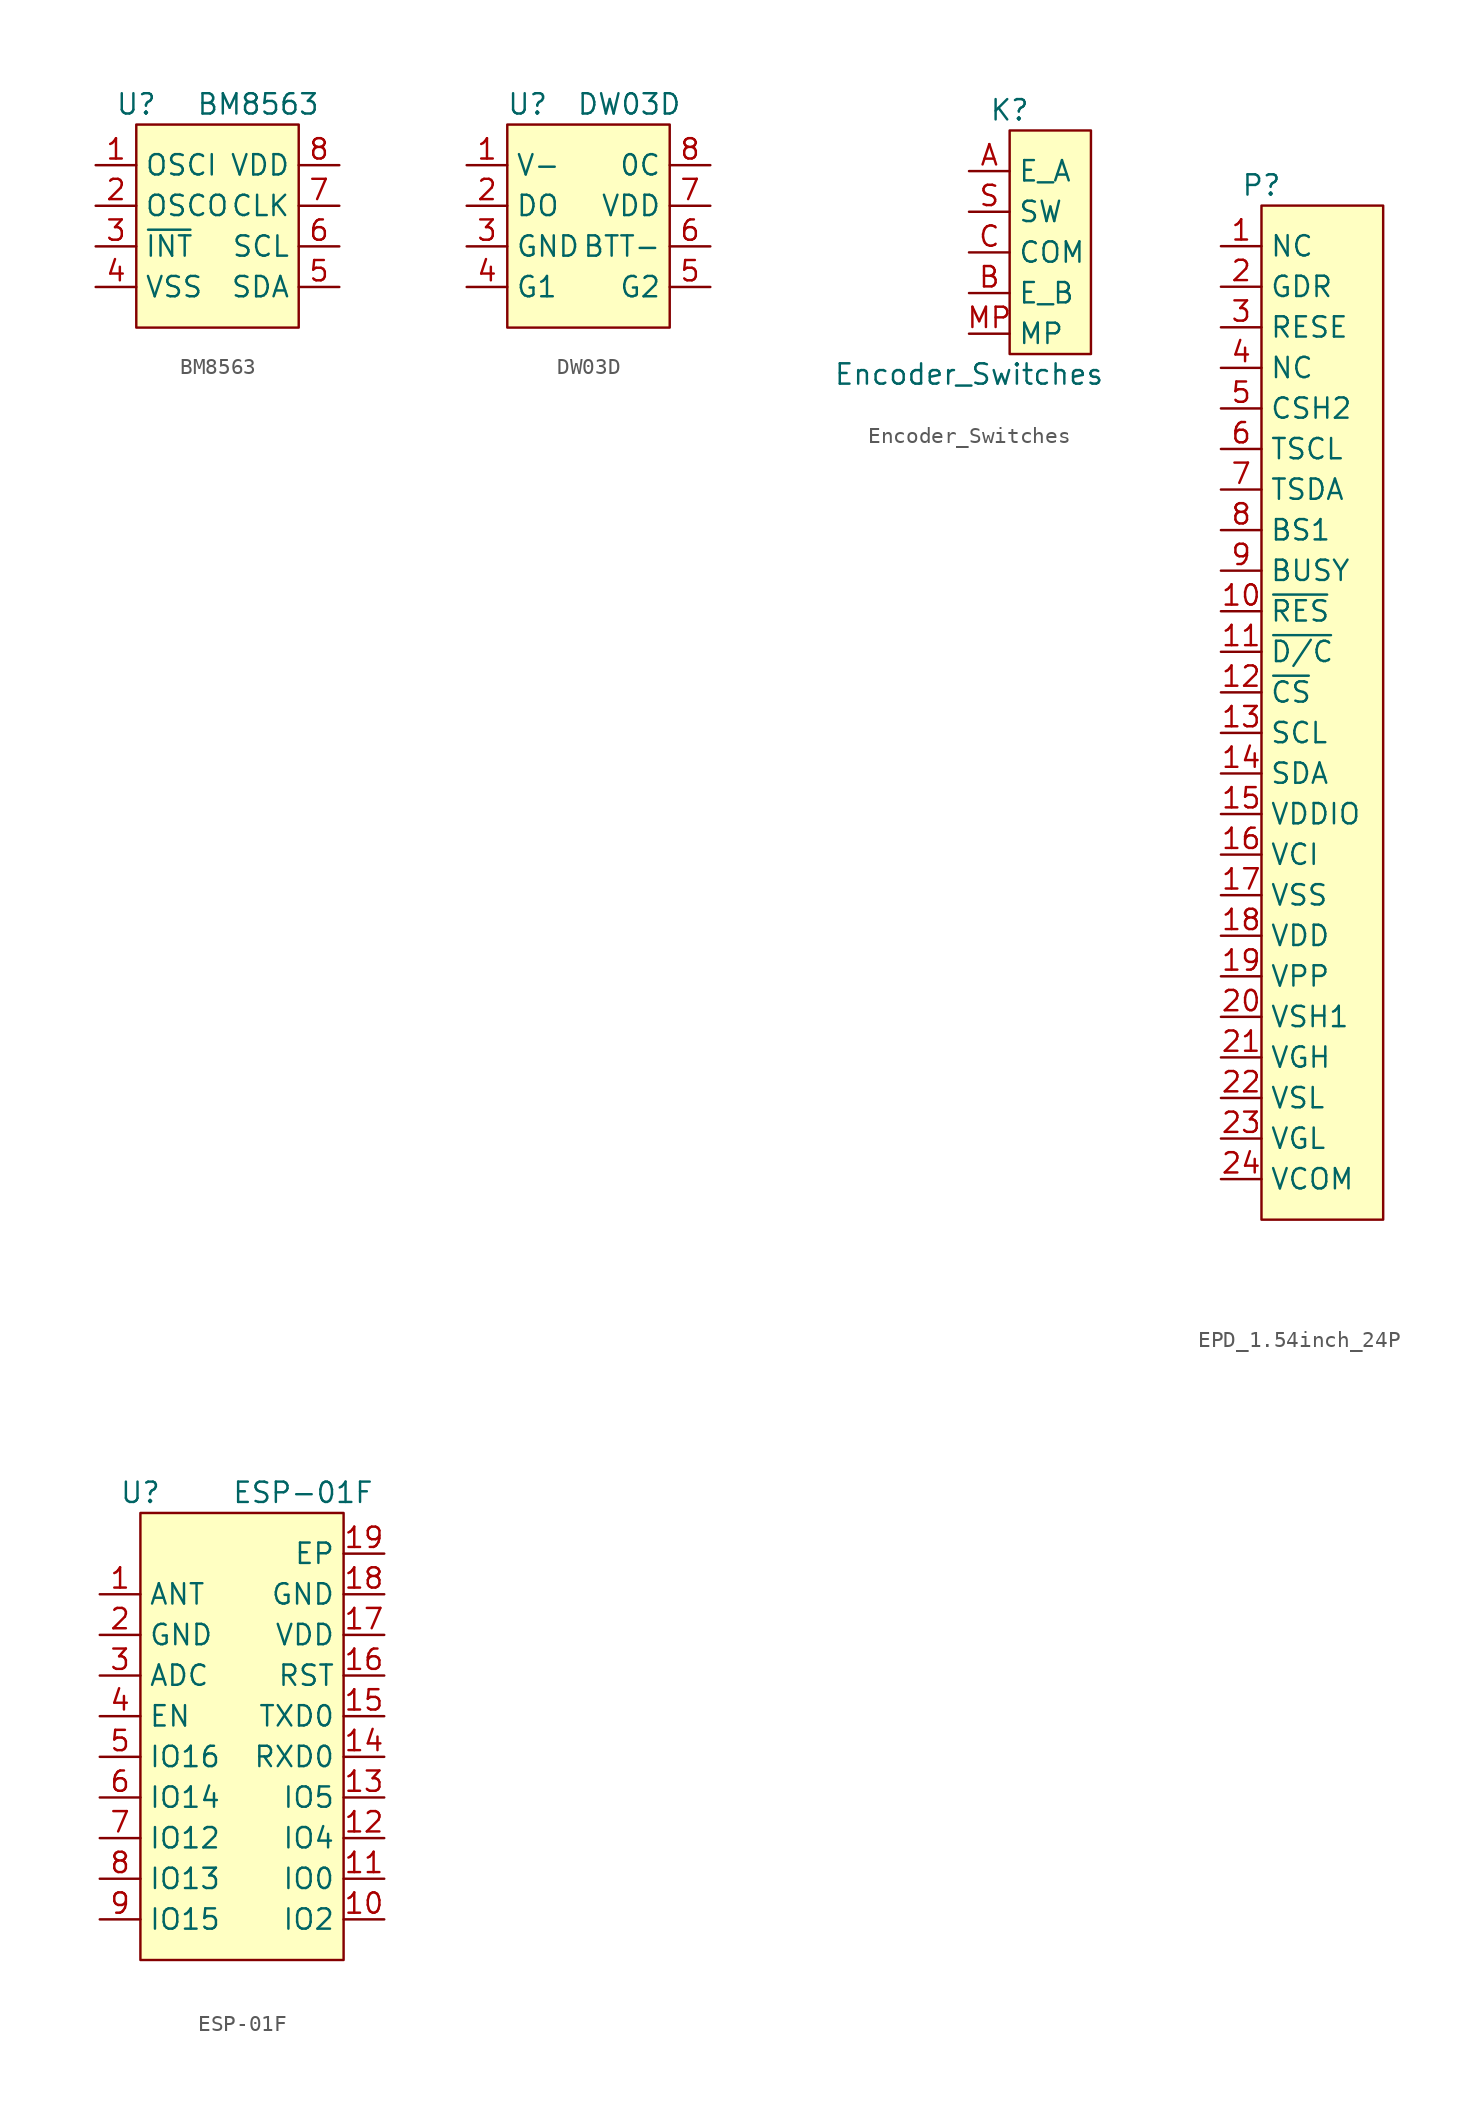
<source format=kicad_sym>
(kicad_symbol_lib
  (version 20220914)
  (generator kicad_symbol_editor)
  (symbol "BM8563"
    (property "Reference" "U"
      (at 0 1.27 0)
      (effects (font (size 1.27 1.27))))
    (property "Value" "BM8563"
      (at 7.62 1.27 0)
      (effects (font (size 1.27 1.27))))
    (symbol "BM8563_0_1"
      (rectangle (start 0 0) (end 10.16 -12.7) (stroke (width 0) (type default)) (fill (type background))))
    (symbol "BM8563_1_1"
      (pin passive line (at -2.54 -2.54 0) (length 2.54) (name "OSCI" (effects (font (size 1.27 1.27)))) (number "1" (effects (font (size 1.27 1.27)))))
      (pin passive line (at -2.54 -5.08 0) (length 2.54) (name "OSCO" (effects (font (size 1.27 1.27)))) (number "2" (effects (font (size 1.27 1.27)))))
      (pin output line (at -2.54 -7.62 0) (length 2.54) (name "~{INT}" (effects (font (size 1.27 1.27)))) (number "3" (effects (font (size 1.27 1.27)))))
      (pin power_in line (at -2.54 -10.16 0) (length 2.54) (name "VSS" (effects (font (size 1.27 1.27)))) (number "4" (effects (font (size 1.27 1.27)))))
      (pin input line (at 12.7 -10.16 180) (length 2.54) (name "SDA" (effects (font (size 1.27 1.27)))) (number "5" (effects (font (size 1.27 1.27)))))
      (pin input line (at 12.7 -7.62 180) (length 2.54) (name "SCL" (effects (font (size 1.27 1.27)))) (number "6" (effects (font (size 1.27 1.27)))))
      (pin output line (at 12.7 -5.08 180) (length 2.54) (name "CLK" (effects (font (size 1.27 1.27)))) (number "7" (effects (font (size 1.27 1.27)))))
      (pin power_in line (at 12.7 -2.54 180) (length 2.54) (name "VDD" (effects (font (size 1.27 1.27)))) (number "8" (effects (font (size 1.27 1.27)))))))
  (symbol "DW03D"
    (property "Reference" "U"
      (at 1.27 1.27 0)
      (effects (font (size 1.27 1.27))))
    (property "Value" "DW03D"
      (at 7.62 1.27 0)
      (effects (font (size 1.27 1.27))))
    (symbol "DW03D_0_1"
      (rectangle (start 0 0) (end 10.16 -12.7) (stroke (width 0) (type default)) (fill (type background))))
    (symbol "DW03D_1_1"
      (pin input line (at -2.54 -2.54 0) (length 2.54) (name "V-" (effects (font (size 1.27 1.27)))) (number "1" (effects (font (size 1.27 1.27)))))
      (pin bidirectional line (at -2.54 -5.08 0) (length 2.54) (name "DO" (effects (font (size 1.27 1.27)))) (number "2" (effects (font (size 1.27 1.27)))))
      (pin power_in line (at -2.54 -7.62 0) (length 2.54) (name "GND" (effects (font (size 1.27 1.27)))) (number "3" (effects (font (size 1.27 1.27)))))
      (pin input line (at -2.54 -10.16 0) (length 2.54) (name "G1" (effects (font (size 1.27 1.27)))) (number "4" (effects (font (size 1.27 1.27)))))
      (pin input line (at 12.7 -10.16 180) (length 2.54) (name "G2" (effects (font (size 1.27 1.27)))) (number "5" (effects (font (size 1.27 1.27)))))
      (pin bidirectional line (at 12.7 -7.62 180) (length 2.54) (name "BTT-" (effects (font (size 1.27 1.27)))) (number "6" (effects (font (size 1.27 1.27)))))
      (pin power_in line (at 12.7 -5.08 180) (length 2.54) (name "VDD" (effects (font (size 1.27 1.27)))) (number "7" (effects (font (size 1.27 1.27)))))
      (pin bidirectional line (at 12.7 -2.54 180) (length 2.54) (name "0C" (effects (font (size 1.27 1.27)))) (number "8" (effects (font (size 1.27 1.27)))))))
  (symbol "Encoder_Switches"
    (property "Reference" "K"
      (at 0 1.27 0)
      (effects (font (size 1.27 1.27))))
    (property "Value" "Encoder_Switches"
      (at -2.54 -15.24 0)
      (effects (font (size 1.27 1.27))))
    (symbol "Encoder_Switches_0_1"
      (rectangle (start 0 0) (end 5.08 -13.97) (stroke (width 0) (type default)) (fill (type background))))
    (symbol "Encoder_Switches_1_1"
      (pin output line (at -2.54 -2.54 0) (length 2.54) (name "E_A" (effects (font (size 1.27 1.27)))) (number "A" (effects (font (size 1.27 1.27)))))
      (pin output line (at -2.54 -10.16 0) (length 2.54) (name "E_B" (effects (font (size 1.27 1.27)))) (number "B" (effects (font (size 1.27 1.27)))))
      (pin power_in line (at -2.54 -7.62 0) (length 2.54) (name "COM" (effects (font (size 1.27 1.27)))) (number "C" (effects (font (size 1.27 1.27)))))
      (pin power_in line (at -2.54 -12.7 0) (length 2.54) (name "MP" (effects (font (size 1.27 1.27)))) (number "MP" (effects (font (size 1.27 1.27)))))
      (pin output line (at -2.54 -5.08 0) (length 2.54) (name "SW" (effects (font (size 1.27 1.27)))) (number "S" (effects (font (size 1.27 1.27)))))))
  (symbol "EPD_1.54inch_24P"
    (property "Reference" "P"
      (at 0 1.27 0)
      (effects (font (size 1.27 1.27))))
    (property "Value" ""
      (at 0 1.27 0)
      (effects (font (size 1.27 1.27))))
    (symbol "EPD_1.54inch_24P_0_1"
      (rectangle (start 0 0) (end 7.62 -63.5) (stroke (width 0) (type default)) (fill (type background))))
    (symbol "EPD_1.54inch_24P_1_1"
      (pin bidirectional line (at -2.54 -2.54 0) (length 2.54) (name "NC" (effects (font (size 1.27 1.27)))) (number "1" (effects (font (size 1.27 1.27)))))
      (pin bidirectional line (at -2.54 -25.4 0) (length 2.54) (name "~{RES}" (effects (font (size 1.27 1.27)))) (number "10" (effects (font (size 1.27 1.27)))))
      (pin bidirectional line (at -2.54 -27.94 0) (length 2.54) (name "~{D/C}" (effects (font (size 1.27 1.27)))) (number "11" (effects (font (size 1.27 1.27)))))
      (pin bidirectional line (at -2.54 -30.48 0) (length 2.54) (name "~{CS}" (effects (font (size 1.27 1.27)))) (number "12" (effects (font (size 1.27 1.27)))))
      (pin bidirectional line (at -2.54 -33.02 0) (length 2.54) (name "SCL" (effects (font (size 1.27 1.27)))) (number "13" (effects (font (size 1.27 1.27)))))
      (pin bidirectional line (at -2.54 -35.56 0) (length 2.54) (name "SDA" (effects (font (size 1.27 1.27)))) (number "14" (effects (font (size 1.27 1.27)))))
      (pin bidirectional line (at -2.54 -38.1 0) (length 2.54) (name "VDDIO" (effects (font (size 1.27 1.27)))) (number "15" (effects (font (size 1.27 1.27)))))
      (pin bidirectional line (at -2.54 -40.64 0) (length 2.54) (name "VCI" (effects (font (size 1.27 1.27)))) (number "16" (effects (font (size 1.27 1.27)))))
      (pin bidirectional line (at -2.54 -43.18 0) (length 2.54) (name "VSS" (effects (font (size 1.27 1.27)))) (number "17" (effects (font (size 1.27 1.27)))))
      (pin bidirectional line (at -2.54 -45.72 0) (length 2.54) (name "VDD" (effects (font (size 1.27 1.27)))) (number "18" (effects (font (size 1.27 1.27)))))
      (pin bidirectional line (at -2.54 -48.26 0) (length 2.54) (name "VPP" (effects (font (size 1.27 1.27)))) (number "19" (effects (font (size 1.27 1.27)))))
      (pin bidirectional line (at -2.54 -5.08 0) (length 2.54) (name "GDR" (effects (font (size 1.27 1.27)))) (number "2" (effects (font (size 1.27 1.27)))))
      (pin bidirectional line (at -2.54 -50.8 0) (length 2.54) (name "VSH1" (effects (font (size 1.27 1.27)))) (number "20" (effects (font (size 1.27 1.27)))))
      (pin bidirectional line (at -2.54 -53.34 0) (length 2.54) (name "VGH" (effects (font (size 1.27 1.27)))) (number "21" (effects (font (size 1.27 1.27)))))
      (pin bidirectional line (at -2.54 -55.88 0) (length 2.54) (name "VSL" (effects (font (size 1.27 1.27)))) (number "22" (effects (font (size 1.27 1.27)))))
      (pin bidirectional line (at -2.54 -58.42 0) (length 2.54) (name "VGL" (effects (font (size 1.27 1.27)))) (number "23" (effects (font (size 1.27 1.27)))))
      (pin bidirectional line (at -2.54 -60.96 0) (length 2.54) (name "VCOM" (effects (font (size 1.27 1.27)))) (number "24" (effects (font (size 1.27 1.27)))))
      (pin bidirectional line (at -2.54 -7.62 0) (length 2.54) (name "RESE" (effects (font (size 1.27 1.27)))) (number "3" (effects (font (size 1.27 1.27)))))
      (pin bidirectional line (at -2.54 -10.16 0) (length 2.54) (name "NC" (effects (font (size 1.27 1.27)))) (number "4" (effects (font (size 1.27 1.27)))))
      (pin bidirectional line (at -2.54 -12.7 0) (length 2.54) (name "CSH2" (effects (font (size 1.27 1.27)))) (number "5" (effects (font (size 1.27 1.27)))))
      (pin bidirectional line (at -2.54 -15.24 0) (length 2.54) (name "TSCL" (effects (font (size 1.27 1.27)))) (number "6" (effects (font (size 1.27 1.27)))))
      (pin bidirectional line (at -2.54 -17.78 0) (length 2.54) (name "TSDA" (effects (font (size 1.27 1.27)))) (number "7" (effects (font (size 1.27 1.27)))))
      (pin bidirectional line (at -2.54 -20.32 0) (length 2.54) (name "BS1" (effects (font (size 1.27 1.27)))) (number "8" (effects (font (size 1.27 1.27)))))
      (pin bidirectional line (at -2.54 -22.86 0) (length 2.54) (name "BUSY" (effects (font (size 1.27 1.27)))) (number "9" (effects (font (size 1.27 1.27)))))))
  (symbol "ESP-01F"
    (property "Reference" "U"
      (at 0 1.27 0)
      (effects (font (size 1.27 1.27))))
    (property "Value" "ESP-01F"
      (at 10.16 1.27 0)
      (effects (font (size 1.27 1.27))))
    (symbol "ESP-01F_0_1"
      (rectangle (start 0 0) (end 12.7 -27.94) (stroke (width 0) (type default)) (fill (type background))))
    (symbol "ESP-01F_1_1"
      (pin bidirectional line (at -2.54 -5.08 0) (length 2.54) (name "ANT" (effects (font (size 1.27 1.27)))) (number "1" (effects (font (size 1.27 1.27)))))
      (pin bidirectional line (at 15.24 -25.4 180) (length 2.54) (name "IO2" (effects (font (size 1.27 1.27)))) (number "10" (effects (font (size 1.27 1.27)))))
      (pin bidirectional line (at 15.24 -22.86 180) (length 2.54) (name "IO0" (effects (font (size 1.27 1.27)))) (number "11" (effects (font (size 1.27 1.27)))))
      (pin bidirectional line (at 15.24 -20.32 180) (length 2.54) (name "IO4" (effects (font (size 1.27 1.27)))) (number "12" (effects (font (size 1.27 1.27)))))
      (pin bidirectional line (at 15.24 -17.78 180) (length 2.54) (name "IO5" (effects (font (size 1.27 1.27)))) (number "13" (effects (font (size 1.27 1.27)))))
      (pin bidirectional line (at 15.24 -15.24 180) (length 2.54) (name "RXD0" (effects (font (size 1.27 1.27)))) (number "14" (effects (font (size 1.27 1.27)))))
      (pin bidirectional line (at 15.24 -12.7 180) (length 2.54) (name "TXD0" (effects (font (size 1.27 1.27)))) (number "15" (effects (font (size 1.27 1.27)))))
      (pin input line (at 15.24 -10.16 180) (length 2.54) (name "RST" (effects (font (size 1.27 1.27)))) (number "16" (effects (font (size 1.27 1.27)))))
      (pin power_in line (at 15.24 -7.62 180) (length 2.54) (name "VDD" (effects (font (size 1.27 1.27)))) (number "17" (effects (font (size 1.27 1.27)))))
      (pin power_in line (at 15.24 -5.08 180) (length 2.54) (name "GND" (effects (font (size 1.27 1.27)))) (number "18" (effects (font (size 1.27 1.27)))))
      (pin power_in line (at 15.24 -2.54 180) (length 2.54) (name "EP" (effects (font (size 1.27 1.27)))) (number "19" (effects (font (size 1.27 1.27)))))
      (pin input line (at -2.54 -7.62 0) (length 2.54) (name "GND" (effects (font (size 1.27 1.27)))) (number "2" (effects (font (size 1.27 1.27)))))
      (pin bidirectional line (at -2.54 -10.16 0) (length 2.54) (name "ADC" (effects (font (size 1.27 1.27)))) (number "3" (effects (font (size 1.27 1.27)))))
      (pin bidirectional line (at -2.54 -12.7 0) (length 2.54) (name "EN" (effects (font (size 1.27 1.27)))) (number "4" (effects (font (size 1.27 1.27)))))
      (pin bidirectional line (at -2.54 -15.24 0) (length 2.54) (name "IO16" (effects (font (size 1.27 1.27)))) (number "5" (effects (font (size 1.27 1.27)))))
      (pin bidirectional line (at -2.54 -17.78 0) (length 2.54) (name "IO14" (effects (font (size 1.27 1.27)))) (number "6" (effects (font (size 1.27 1.27)))))
      (pin bidirectional line (at -2.54 -20.32 0) (length 2.54) (name "IO12" (effects (font (size 1.27 1.27)))) (number "7" (effects (font (size 1.27 1.27)))))
      (pin bidirectional line (at -2.54 -22.86 0) (length 2.54) (name "IO13" (effects (font (size 1.27 1.27)))) (number "8" (effects (font (size 1.27 1.27)))))
      (pin bidirectional line (at -2.54 -25.4 0) (length 2.54) (name "IO15" (effects (font (size 1.27 1.27)))) (number "9" (effects (font (size 1.27 1.27))))))))
</source>
